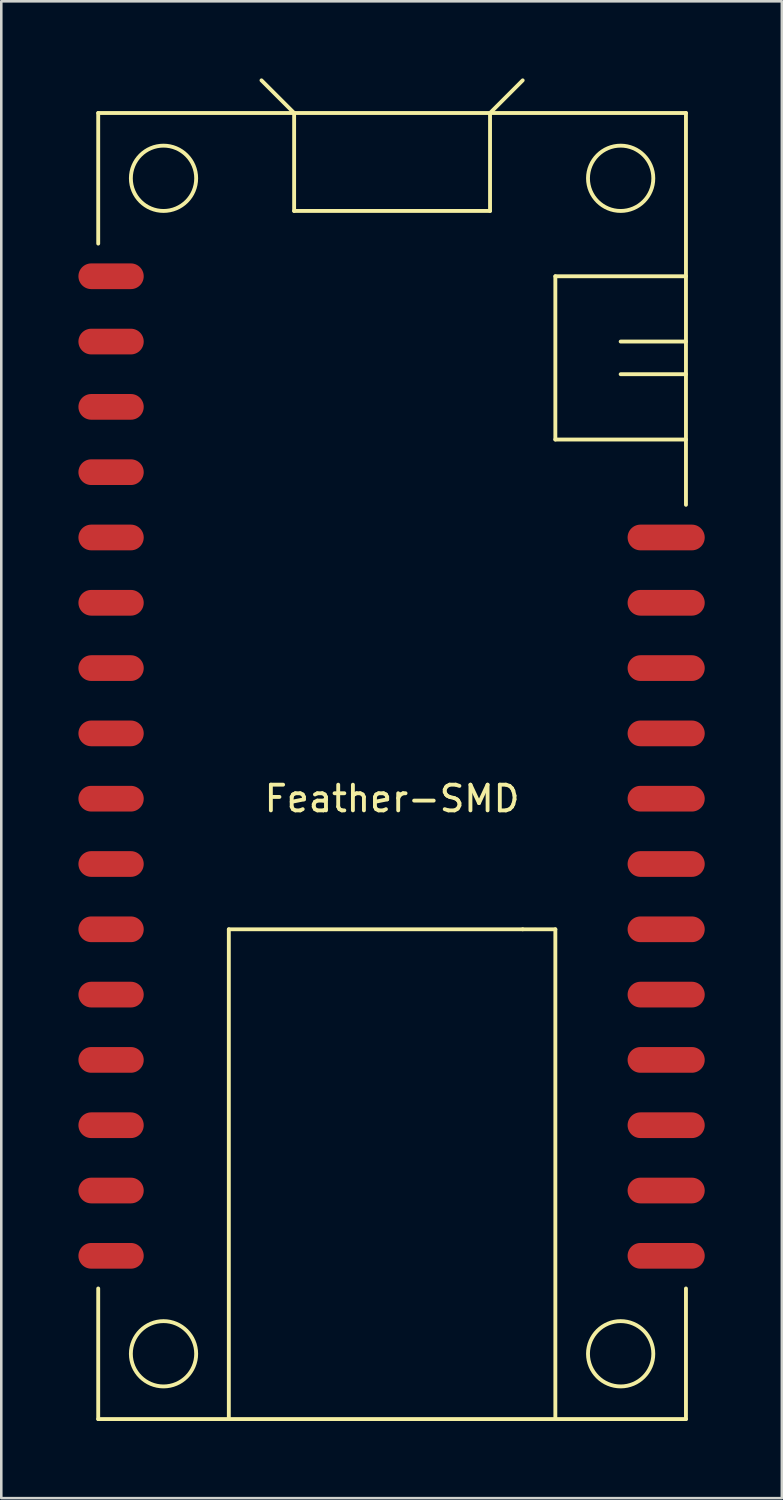
<source format=kicad_pcb>
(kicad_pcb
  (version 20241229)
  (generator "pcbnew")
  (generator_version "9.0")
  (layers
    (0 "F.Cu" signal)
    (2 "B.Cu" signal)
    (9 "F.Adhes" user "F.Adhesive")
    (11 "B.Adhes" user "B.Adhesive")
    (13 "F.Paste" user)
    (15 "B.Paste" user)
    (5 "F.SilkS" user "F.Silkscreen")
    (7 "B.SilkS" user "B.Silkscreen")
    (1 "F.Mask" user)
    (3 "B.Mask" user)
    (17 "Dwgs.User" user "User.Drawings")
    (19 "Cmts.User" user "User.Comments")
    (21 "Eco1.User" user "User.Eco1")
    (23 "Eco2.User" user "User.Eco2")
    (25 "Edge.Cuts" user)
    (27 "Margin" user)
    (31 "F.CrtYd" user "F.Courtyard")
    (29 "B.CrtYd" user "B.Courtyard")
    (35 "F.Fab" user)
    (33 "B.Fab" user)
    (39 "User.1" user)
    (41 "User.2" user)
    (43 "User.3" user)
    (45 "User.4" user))
  (footprint "Feather-SMD"
    (layer "F.Cu")
    (at 12.2 26.745)
    (property "Reference" "Feather-SMD" (at 0 1.27 0) (layer "F.SilkS") (effects (font (size 1 1) (thickness 0.15))))
    (attr through_hole)
    (fp_line (start -11.43 -25.4) (end 11.43 -25.4) (stroke (width 0.15) (type solid)) (layer "F.SilkS"))
    (fp_line (start -11.43 -20.32) (end -11.43 -25.4) (stroke (width 0.15) (type solid)) (layer "F.SilkS"))
    (fp_line (start -11.43 20.32) (end -11.43 25.4) (stroke (width 0.15) (type solid)) (layer "F.SilkS"))
    (fp_line (start -11.43 25.4) (end 11.43 25.4) (stroke (width 0.15) (type solid)) (layer "F.SilkS"))
    (fp_line (start -6.35 6.35) (end 5.08 6.35) (stroke (width 0.15) (type solid)) (layer "F.SilkS"))
    (fp_line (start -6.35 25.4) (end -6.35 6.35) (stroke (width 0.15) (type solid)) (layer "F.SilkS"))
    (fp_line (start -3.81 -25.4) (end -5.08 -26.67) (stroke (width 0.15) (type solid)) (layer "F.SilkS"))
    (fp_line (start -3.81 -25.4) (end -3.81 -21.59) (stroke (width 0.15) (type solid)) (layer "F.SilkS"))
    (fp_line (start -3.81 -21.59) (end 3.81 -21.59) (stroke (width 0.15) (type solid)) (layer "F.SilkS"))
    (fp_line (start 3.81 -25.4) (end 5.08 -26.67) (stroke (width 0.15) (type solid)) (layer "F.SilkS"))
    (fp_line (start 3.81 -21.59) (end 3.81 -25.4) (stroke (width 0.15) (type solid)) (layer "F.SilkS"))
    (fp_line (start 5.08 6.35) (end 6.35 6.35) (stroke (width 0.15) (type solid)) (layer "F.SilkS"))
    (fp_line (start 6.35 -19.05) (end 6.35 -12.7) (stroke (width 0.15) (type solid)) (layer "F.SilkS"))
    (fp_line (start 6.35 -12.7) (end 11.43 -12.7) (stroke (width 0.15) (type solid)) (layer "F.SilkS"))
    (fp_line (start 6.35 6.35) (end 6.35 25.4) (stroke (width 0.15) (type solid)) (layer "F.SilkS"))
    (fp_line (start 11.43 -25.4) (end 11.43 -10.16) (stroke (width 0.15) (type solid)) (layer "F.SilkS"))
    (fp_line (start 11.43 -19.05) (end 6.35 -19.05) (stroke (width 0.15) (type solid)) (layer "F.SilkS"))
    (fp_line (start 11.43 -16.51) (end 8.89 -16.51) (stroke (width 0.15) (type solid)) (layer "F.SilkS"))
    (fp_line (start 11.43 -15.24) (end 8.89 -15.24) (stroke (width 0.15) (type solid)) (layer "F.SilkS"))
    (fp_line (start 11.43 25.4) (end 11.43 20.32) (stroke (width 0.15) (type solid)) (layer "F.SilkS"))
    (fp_circle (center -8.89 -22.86) (end -7.62 -22.86) (stroke (width 0.15) (type solid)) (fill no) (layer "F.SilkS"))
    (fp_circle (center -8.89 22.86) (end -8.89 24.13) (stroke (width 0.15) (type solid)) (fill no) (layer "F.SilkS"))
    (fp_circle (center 8.89 -22.86) (end 10.16 -22.86) (stroke (width 0.15) (type solid)) (fill no) (layer "F.SilkS"))
    (fp_circle (center 8.89 22.86) (end 8.89 24.13) (stroke (width 0.15) (type solid)) (fill no) (layer "F.SilkS"))
    (pad "1" smd oval (at -10.16 -19.05 270) (size 1 2.54) (drill (offset 0 0.77)) (layers "F.Cu" "F.Mask" "F.Paste"))
    (pad "2" smd oval (at -10.16 -16.51 90) (size 1 2.54) (drill (offset 0 -0.77)) (layers "F.Cu" "F.Mask" "F.Paste"))
    (pad "3" smd oval (at -10.16 -13.97 90) (size 1 2.54) (drill (offset 0 -0.77)) (layers "F.Cu" "F.Mask" "F.Paste"))
    (pad "4" smd oval (at -10.16 -11.43 90) (size 1 2.54) (drill (offset 0 -0.77)) (layers "F.Cu" "F.Mask" "F.Paste"))
    (pad "5" smd oval (at -10.16 -8.89 90) (size 1 2.54) (drill (offset 0 -0.77)) (layers "F.Cu" "F.Mask" "F.Paste"))
    (pad "6" smd oval (at -10.16 -6.35 90) (size 1 2.54) (drill (offset 0 -0.77)) (layers "F.Cu" "F.Mask" "F.Paste"))
    (pad "7" smd oval (at -10.16 -3.81 90) (size 1 2.54) (drill (offset 0 -0.77)) (layers "F.Cu" "F.Mask" "F.Paste"))
    (pad "8" smd oval (at -10.16 -1.27 90) (size 1 2.54) (drill (offset 0 -0.77)) (layers "F.Cu" "F.Mask" "F.Paste"))
    (pad "9" smd oval (at -10.16 1.27 90) (size 1 2.54) (drill (offset 0 -0.77)) (layers "F.Cu" "F.Mask" "F.Paste"))
    (pad "10" smd oval (at -10.16 3.81 90) (size 1 2.54) (drill (offset 0 -0.77)) (layers "F.Cu" "F.Mask" "F.Paste"))
    (pad "11" smd oval (at -10.16 6.35 90) (size 1 2.54) (drill (offset 0 -0.77)) (layers "F.Cu" "F.Mask" "F.Paste"))
    (pad "12" smd oval (at -10.16 8.89 90) (size 1 2.54) (drill (offset 0 -0.77)) (layers "F.Cu" "F.Mask" "F.Paste"))
    (pad "13" smd oval (at -10.16 11.43 90) (size 1 2.54) (drill (offset 0 -0.77)) (layers "F.Cu" "F.Mask" "F.Paste"))
    (pad "14" smd oval (at -10.16 13.97 90) (size 1 2.54) (drill (offset 0 -0.77)) (layers "F.Cu" "F.Mask" "F.Paste"))
    (pad "15" smd oval (at -10.16 16.51 90) (size 1 2.54) (drill (offset 0 -0.77)) (layers "F.Cu" "F.Mask" "F.Paste"))
    (pad "16" smd oval (at -10.16 19.05 90) (size 1 2.54) (drill (offset 0 -0.77)) (layers "F.Cu" "F.Mask" "F.Paste"))
    (pad "17" smd oval (at 10.16 19.05 90) (size 1 3) (drill (offset 0 0.5)) (layers "F.Cu" "F.Mask" "F.Paste"))
    (pad "18" smd oval (at 10.16 16.51 90) (size 1 3) (drill (offset 0 0.5)) (layers "F.Cu" "F.Mask" "F.Paste"))
    (pad "19" smd oval (at 10.16 13.97 90) (size 1 3) (drill (offset 0 0.5)) (layers "F.Cu" "F.Mask" "F.Paste"))
    (pad "20" smd oval (at 10.16 11.43 90) (size 1 3) (drill (offset 0 0.5)) (layers "F.Cu" "F.Mask" "F.Paste"))
    (pad "21" smd oval (at 10.16 8.89 90) (size 1 3) (drill (offset 0 0.5)) (layers "F.Cu" "F.Mask" "F.Paste"))
    (pad "22" smd oval (at 10.16 6.35 90) (size 1 3) (drill (offset 0 0.5)) (layers "F.Cu" "F.Mask" "F.Paste"))
    (pad "23" smd oval (at 10.16 3.81 90) (size 1 3) (drill (offset 0 0.5)) (layers "F.Cu" "F.Mask" "F.Paste"))
    (pad "24" smd oval (at 10.16 1.27 90) (size 1 3) (drill (offset 0 0.5)) (layers "F.Cu" "F.Mask" "F.Paste"))
    (pad "25" smd oval (at 10.16 -1.27 90) (size 1 3) (drill (offset 0 0.5)) (layers "F.Cu" "F.Mask" "F.Paste"))
    (pad "26" smd oval (at 10.16 -3.81 90) (size 1 3) (drill (offset 0 0.5)) (layers "F.Cu" "F.Mask" "F.Paste"))
    (pad "27" smd oval (at 10.16 -6.35 90) (size 1 3) (drill (offset 0 0.5)) (layers "F.Cu" "F.Mask" "F.Paste"))
    (pad "28" smd oval (at 10.16 -8.89 90) (size 1 3) (drill (offset 0 0.5)) (layers "F.Cu" "F.Mask" "F.Paste")))
  (gr_rect
    (start -3 -3)
    (end 27.36 55.22)
    (stroke (width 0.1) (type default))
    (fill no)
    (layer "Edge.Cuts")))
</source>
